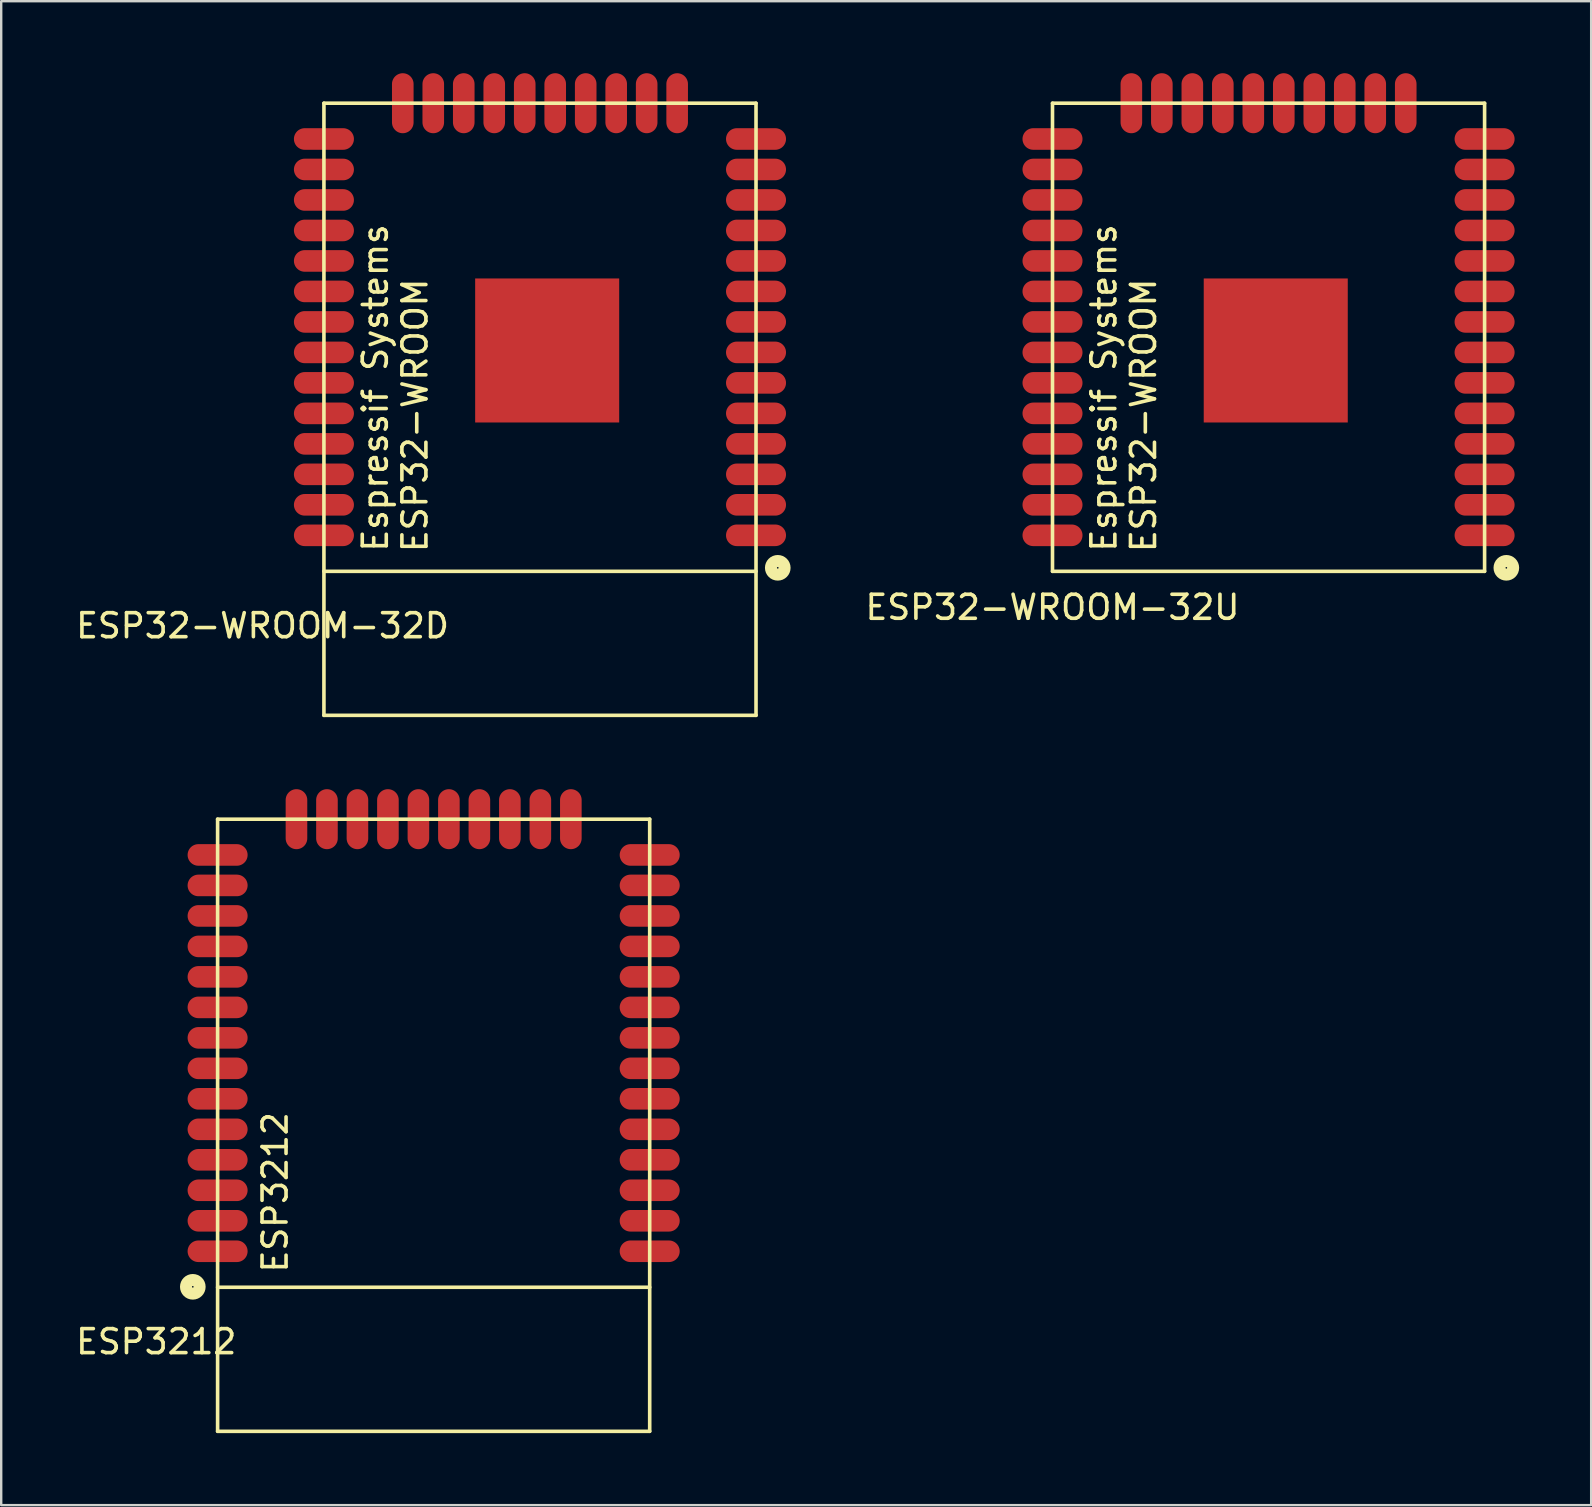
<source format=kicad_pcb>
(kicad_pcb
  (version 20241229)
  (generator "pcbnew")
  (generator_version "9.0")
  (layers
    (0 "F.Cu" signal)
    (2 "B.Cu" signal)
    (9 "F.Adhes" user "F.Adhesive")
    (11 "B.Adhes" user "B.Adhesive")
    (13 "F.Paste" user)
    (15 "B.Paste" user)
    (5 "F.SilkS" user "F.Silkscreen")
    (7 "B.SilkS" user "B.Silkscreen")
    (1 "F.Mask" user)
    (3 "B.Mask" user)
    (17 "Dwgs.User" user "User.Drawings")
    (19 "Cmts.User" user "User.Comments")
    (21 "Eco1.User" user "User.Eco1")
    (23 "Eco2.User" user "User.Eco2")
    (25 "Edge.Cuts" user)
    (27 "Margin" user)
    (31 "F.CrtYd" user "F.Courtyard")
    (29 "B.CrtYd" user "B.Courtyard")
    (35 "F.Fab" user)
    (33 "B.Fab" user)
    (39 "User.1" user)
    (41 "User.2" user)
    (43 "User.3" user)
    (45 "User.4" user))
  (footprint "ESP32-WROOM-32D"
    (layer "F.Cu")
    (at 19.444 14)
    (property "Reference" "ESP32-WROOM-32D" (at -11.557 9.017 0) (layer "F.SilkS") (effects (font (size 1 1) (thickness 0.15))))
    (attr through_hole)
    (fp_line (start -9 -12.75) (end 9 -12.75) (stroke (width 0.15) (type solid)) (layer "F.SilkS"))
    (fp_line (start -9 6.75) (end 9 6.75) (stroke (width 0.15) (type solid)) (layer "F.SilkS"))
    (fp_line (start -9 12.75) (end -9 -12.75) (stroke (width 0.15) (type solid)) (layer "F.SilkS"))
    (fp_line (start -9 12.75) (end 9 12.75) (stroke (width 0.15) (type solid)) (layer "F.SilkS"))
    (fp_line (start 9 12.75) (end 9 -12.75) (stroke (width 0.15) (type solid)) (layer "F.SilkS"))
    (fp_circle (center 9.906 6.604) (end 10.033 6.858) (stroke (width 0.5) (type solid)) (fill no) (layer "F.SilkS"))
    (fp_text user "Espressif Systems" (at -6.858 -0.889 90) (layer "F.SilkS") (effects (font (size 1 1) (thickness 0.15))))
    (fp_text user "ESP32-WROOM" (at -5.207 0.254 90) (layer "F.SilkS") (effects (font (size 1 1) (thickness 0.15))))
    (pad "1" smd oval (at 9 5.25) (size 2.5 0.9) (layers "F.Cu" "F.Mask" "F.Paste"))
    (pad "2" smd oval (at 9 3.98) (size 2.5 0.9) (layers "F.Cu" "F.Mask" "F.Paste"))
    (pad "3" smd oval (at 9 2.71) (size 2.5 0.9) (layers "F.Cu" "F.Mask" "F.Paste"))
    (pad "4" smd oval (at 9 1.44) (size 2.5 0.9) (layers "F.Cu" "F.Mask" "F.Paste"))
    (pad "5" smd oval (at 9 0.17) (size 2.5 0.9) (layers "F.Cu" "F.Mask" "F.Paste"))
    (pad "6" smd oval (at 9 -1.1) (size 2.5 0.9) (layers "F.Cu" "F.Mask" "F.Paste"))
    (pad "7" smd oval (at 9 -2.37) (size 2.5 0.9) (layers "F.Cu" "F.Mask" "F.Paste"))
    (pad "8" smd oval (at 9 -3.64) (size 2.5 0.9) (layers "F.Cu" "F.Mask" "F.Paste"))
    (pad "9" smd oval (at 9 -4.91) (size 2.5 0.9) (layers "F.Cu" "F.Mask" "F.Paste"))
    (pad "10" smd oval (at 9 -6.18) (size 2.5 0.9) (layers "F.Cu" "F.Mask" "F.Paste"))
    (pad "11" smd oval (at 9 -7.45) (size 2.5 0.9) (layers "F.Cu" "F.Mask" "F.Paste"))
    (pad "12" smd oval (at 9 -8.72) (size 2.5 0.9) (layers "F.Cu" "F.Mask" "F.Paste"))
    (pad "13" smd oval (at 9 -9.99) (size 2.5 0.9) (layers "F.Cu" "F.Mask" "F.Paste"))
    (pad "14" smd oval (at 9 -11.26) (size 2.5 0.9) (layers "F.Cu" "F.Mask" "F.Paste"))
    (pad "15" smd oval (at 5.715 -12.75) (size 0.9 2.5) (layers "F.Cu" "F.Mask" "F.Paste"))
    (pad "16" smd oval (at 4.445 -12.75) (size 0.9 2.5) (layers "F.Cu" "F.Mask" "F.Paste"))
    (pad "17" smd oval (at 3.175 -12.75) (size 0.9 2.5) (layers "F.Cu" "F.Mask" "F.Paste"))
    (pad "18" smd oval (at 1.905 -12.75) (size 0.9 2.5) (layers "F.Cu" "F.Mask" "F.Paste"))
    (pad "19" smd oval (at 0.635 -12.75) (size 0.9 2.5) (layers "F.Cu" "F.Mask" "F.Paste"))
    (pad "20" smd oval (at -0.635 -12.75) (size 0.9 2.5) (layers "F.Cu" "F.Mask" "F.Paste"))
    (pad "21" smd oval (at -1.905 -12.75) (size 0.9 2.5) (layers "F.Cu" "F.Mask" "F.Paste"))
    (pad "22" smd oval (at -3.175 -12.75) (size 0.9 2.5) (layers "F.Cu" "F.Mask" "F.Paste"))
    (pad "23" smd oval (at -4.445 -12.75) (size 0.9 2.5) (layers "F.Cu" "F.Mask" "F.Paste"))
    (pad "24" smd oval (at -5.715 -12.75) (size 0.9 2.5) (layers "F.Cu" "F.Mask" "F.Paste"))
    (pad "25" smd oval (at -9 -11.26) (size 2.5 0.9) (layers "F.Cu" "F.Mask" "F.Paste"))
    (pad "26" smd oval (at -9 -9.99) (size 2.5 0.9) (layers "F.Cu" "F.Mask" "F.Paste"))
    (pad "27" smd oval (at -9 -8.72) (size 2.5 0.9) (layers "F.Cu" "F.Mask" "F.Paste"))
    (pad "28" smd oval (at -9 -7.45) (size 2.5 0.9) (layers "F.Cu" "F.Mask" "F.Paste"))
    (pad "29" smd oval (at -9 -6.18) (size 2.5 0.9) (layers "F.Cu" "F.Mask" "F.Paste"))
    (pad "30" smd oval (at -9 -4.91) (size 2.5 0.9) (layers "F.Cu" "F.Mask" "F.Paste"))
    (pad "31" smd oval (at -9 -3.64) (size 2.5 0.9) (layers "F.Cu" "F.Mask" "F.Paste"))
    (pad "32" smd oval (at -9 -2.37) (size 2.5 0.9) (layers "F.Cu" "F.Mask" "F.Paste"))
    (pad "33" smd oval (at -9 -1.1) (size 2.5 0.9) (layers "F.Cu" "F.Mask" "F.Paste"))
    (pad "34" smd oval (at -9 0.17) (size 2.5 0.9) (layers "F.Cu" "F.Mask" "F.Paste"))
    (pad "35" smd oval (at -9 1.44) (size 2.5 0.9) (layers "F.Cu" "F.Mask" "F.Paste"))
    (pad "36" smd oval (at -9 2.71) (size 2.5 0.9) (layers "F.Cu" "F.Mask" "F.Paste"))
    (pad "37" smd oval (at -9 3.98) (size 2.5 0.9) (layers "F.Cu" "F.Mask" "F.Paste"))
    (pad "38" smd oval (at -9 5.25) (size 2.5 0.9) (layers "F.Cu" "F.Mask" "F.Paste"))
    (pad "39" smd rect (at 0.3 -2.45) (size 6 6) (layers "F.Cu" "F.Mask" "F.Paste")))
  (footprint "ESP3212"
    (layer "F.Cu")
    (at 15.015 43.825)
    (property "Reference" "ESP3212" (at -11.557 9.017 0) (layer "F.SilkS") (effects (font (size 1 1) (thickness 0.15))))
    (attr through_hole)
    (fp_line (start -9 -12.75) (end 9 -12.75) (stroke (width 0.15) (type solid)) (layer "F.SilkS"))
    (fp_line (start -9 6.75) (end 9 6.75) (stroke (width 0.15) (type solid)) (layer "F.SilkS"))
    (fp_line (start -9 12.75) (end -9 -12.75) (stroke (width 0.15) (type solid)) (layer "F.SilkS"))
    (fp_line (start -9 12.75) (end 9 12.75) (stroke (width 0.15) (type solid)) (layer "F.SilkS"))
    (fp_line (start 9 12.75) (end 9 -12.75) (stroke (width 0.15) (type solid)) (layer "F.SilkS"))
    (fp_circle (center -10.033 6.731) (end -9.906 6.985) (stroke (width 0.5) (type solid)) (fill no) (layer "F.SilkS"))
    (fp_text user "ESP3212" (at -6.604 2.794 90) (layer "F.SilkS") (effects (font (size 1 1) (thickness 0.15))))
    (pad "1" smd oval (at -9 5.25) (size 2.5 0.9) (layers "F.Cu" "F.Mask" "F.Paste"))
    (pad "2" smd oval (at -9 3.98) (size 2.5 0.9) (layers "F.Cu" "F.Mask" "F.Paste"))
    (pad "3" smd oval (at -9 2.71) (size 2.5 0.9) (layers "F.Cu" "F.Mask" "F.Paste"))
    (pad "4" smd oval (at -9 1.44) (size 2.5 0.9) (layers "F.Cu" "F.Mask" "F.Paste"))
    (pad "5" smd oval (at -9 0.17) (size 2.5 0.9) (layers "F.Cu" "F.Mask" "F.Paste"))
    (pad "6" smd oval (at -9 -1.1) (size 2.5 0.9) (layers "F.Cu" "F.Mask" "F.Paste"))
    (pad "7" smd oval (at -9 -2.37) (size 2.5 0.9) (layers "F.Cu" "F.Mask" "F.Paste"))
    (pad "8" smd oval (at -9 -3.64) (size 2.5 0.9) (layers "F.Cu" "F.Mask" "F.Paste"))
    (pad "9" smd oval (at -9 -4.91) (size 2.5 0.9) (layers "F.Cu" "F.Mask" "F.Paste"))
    (pad "10" smd oval (at -9 -6.18) (size 2.5 0.9) (layers "F.Cu" "F.Mask" "F.Paste"))
    (pad "11" smd oval (at -9 -7.45) (size 2.5 0.9) (layers "F.Cu" "F.Mask" "F.Paste"))
    (pad "12" smd oval (at -9 -8.72) (size 2.5 0.9) (layers "F.Cu" "F.Mask" "F.Paste"))
    (pad "13" smd oval (at -9 -9.99) (size 2.5 0.9) (layers "F.Cu" "F.Mask" "F.Paste"))
    (pad "14" smd oval (at -9 -11.26) (size 2.5 0.9) (layers "F.Cu" "F.Mask" "F.Paste"))
    (pad "15" smd oval (at -5.715 -12.75) (size 0.9 2.5) (layers "F.Cu" "F.Mask" "F.Paste"))
    (pad "16" smd oval (at -4.445 -12.75) (size 0.9 2.5) (layers "F.Cu" "F.Mask" "F.Paste"))
    (pad "17" smd oval (at -3.175 -12.75) (size 0.9 2.5) (layers "F.Cu" "F.Mask" "F.Paste"))
    (pad "18" smd oval (at -1.905 -12.75) (size 0.9 2.5) (layers "F.Cu" "F.Mask" "F.Paste"))
    (pad "19" smd oval (at -0.635 -12.75) (size 0.9 2.5) (layers "F.Cu" "F.Mask" "F.Paste"))
    (pad "20" smd oval (at 0.635 -12.75) (size 0.9 2.5) (layers "F.Cu" "F.Mask" "F.Paste"))
    (pad "21" smd oval (at 1.905 -12.75) (size 0.9 2.5) (layers "F.Cu" "F.Mask" "F.Paste"))
    (pad "22" smd oval (at 3.175 -12.75) (size 0.9 2.5) (layers "F.Cu" "F.Mask" "F.Paste"))
    (pad "23" smd oval (at 4.445 -12.75) (size 0.9 2.5) (layers "F.Cu" "F.Mask" "F.Paste"))
    (pad "24" smd oval (at 5.715 -12.75) (size 0.9 2.5) (layers "F.Cu" "F.Mask" "F.Paste"))
    (pad "25" smd oval (at 9 -11.26) (size 2.5 0.9) (layers "F.Cu" "F.Mask" "F.Paste"))
    (pad "26" smd oval (at 9 -9.99) (size 2.5 0.9) (layers "F.Cu" "F.Mask" "F.Paste"))
    (pad "27" smd oval (at 9 -8.72) (size 2.5 0.9) (layers "F.Cu" "F.Mask" "F.Paste"))
    (pad "28" smd oval (at 9 -7.45) (size 2.5 0.9) (layers "F.Cu" "F.Mask" "F.Paste"))
    (pad "29" smd oval (at 9 -6.18) (size 2.5 0.9) (layers "F.Cu" "F.Mask" "F.Paste"))
    (pad "30" smd oval (at 9 -4.91) (size 2.5 0.9) (layers "F.Cu" "F.Mask" "F.Paste"))
    (pad "31" smd oval (at 9 -3.64) (size 2.5 0.9) (layers "F.Cu" "F.Mask" "F.Paste"))
    (pad "32" smd oval (at 9 -2.37) (size 2.5 0.9) (layers "F.Cu" "F.Mask" "F.Paste"))
    (pad "33" smd oval (at 9 -1.1) (size 2.5 0.9) (layers "F.Cu" "F.Mask" "F.Paste"))
    (pad "34" smd oval (at 9 0.17) (size 2.5 0.9) (layers "F.Cu" "F.Mask" "F.Paste"))
    (pad "35" smd oval (at 9 1.44) (size 2.5 0.9) (layers "F.Cu" "F.Mask" "F.Paste"))
    (pad "36" smd oval (at 9 2.71) (size 2.5 0.9) (layers "F.Cu" "F.Mask" "F.Paste"))
    (pad "37" smd oval (at 9 3.98) (size 2.5 0.9) (layers "F.Cu" "F.Mask" "F.Paste"))
    (pad "38" smd oval (at 9 5.25) (size 2.5 0.9) (layers "F.Cu" "F.Mask" "F.Paste")))
  (footprint "ESP32-WROOM-32U"
    (layer "F.Cu")
    (at 49.795 14)
    (property "Reference" "ESP32-WROOM-32U" (at -9 8.25 0) (layer "F.SilkS") (effects (font (size 1 1) (thickness 0.15))))
    (attr through_hole)
    (fp_line (start -9 -12.75) (end 9 -12.75) (stroke (width 0.15) (type solid)) (layer "F.SilkS"))
    (fp_line (start -9 6.75) (end -9 -12.75) (stroke (width 0.15) (type solid)) (layer "F.SilkS"))
    (fp_line (start -9 6.75) (end 9 6.75) (stroke (width 0.15) (type solid)) (layer "F.SilkS"))
    (fp_line (start 9 -12.75) (end 9 6.75) (stroke (width 0.15) (type solid)) (layer "F.SilkS"))
    (fp_circle (center 9.906 6.604) (end 10.033 6.858) (stroke (width 0.5) (type solid)) (fill no) (layer "F.SilkS"))
    (fp_text user "ESP32-WROOM" (at -5.207 0.254 90) (layer "F.SilkS") (effects (font (size 1 1) (thickness 0.15))))
    (fp_text user "Espressif Systems" (at -6.858 -0.889 90) (layer "F.SilkS") (effects (font (size 1 1) (thickness 0.15))))
    (pad "1" smd oval (at 9 5.25) (size 2.5 0.9) (layers "F.Cu" "F.Mask" "F.Paste"))
    (pad "2" smd oval (at 9 3.98) (size 2.5 0.9) (layers "F.Cu" "F.Mask" "F.Paste"))
    (pad "3" smd oval (at 9 2.71) (size 2.5 0.9) (layers "F.Cu" "F.Mask" "F.Paste"))
    (pad "4" smd oval (at 9 1.44) (size 2.5 0.9) (layers "F.Cu" "F.Mask" "F.Paste"))
    (pad "5" smd oval (at 9 0.17) (size 2.5 0.9) (layers "F.Cu" "F.Mask" "F.Paste"))
    (pad "6" smd oval (at 9 -1.1) (size 2.5 0.9) (layers "F.Cu" "F.Mask" "F.Paste"))
    (pad "7" smd oval (at 9 -2.37) (size 2.5 0.9) (layers "F.Cu" "F.Mask" "F.Paste"))
    (pad "8" smd oval (at 9 -3.64) (size 2.5 0.9) (layers "F.Cu" "F.Mask" "F.Paste"))
    (pad "9" smd oval (at 9 -4.91) (size 2.5 0.9) (layers "F.Cu" "F.Mask" "F.Paste"))
    (pad "10" smd oval (at 9 -6.18) (size 2.5 0.9) (layers "F.Cu" "F.Mask" "F.Paste"))
    (pad "11" smd oval (at 9 -7.45) (size 2.5 0.9) (layers "F.Cu" "F.Mask" "F.Paste"))
    (pad "12" smd oval (at 9 -8.72) (size 2.5 0.9) (layers "F.Cu" "F.Mask" "F.Paste"))
    (pad "13" smd oval (at 9 -9.99) (size 2.5 0.9) (layers "F.Cu" "F.Mask" "F.Paste"))
    (pad "14" smd oval (at 9 -11.26) (size 2.5 0.9) (layers "F.Cu" "F.Mask" "F.Paste"))
    (pad "15" smd oval (at 5.715 -12.75) (size 0.9 2.5) (layers "F.Cu" "F.Mask" "F.Paste"))
    (pad "16" smd oval (at 4.445 -12.75) (size 0.9 2.5) (layers "F.Cu" "F.Mask" "F.Paste"))
    (pad "17" smd oval (at 3.175 -12.75) (size 0.9 2.5) (layers "F.Cu" "F.Mask" "F.Paste"))
    (pad "18" smd oval (at 1.905 -12.75) (size 0.9 2.5) (layers "F.Cu" "F.Mask" "F.Paste"))
    (pad "19" smd oval (at 0.635 -12.75) (size 0.9 2.5) (layers "F.Cu" "F.Mask" "F.Paste"))
    (pad "20" smd oval (at -0.635 -12.75) (size 0.9 2.5) (layers "F.Cu" "F.Mask" "F.Paste"))
    (pad "21" smd oval (at -1.905 -12.75) (size 0.9 2.5) (layers "F.Cu" "F.Mask" "F.Paste"))
    (pad "22" smd oval (at -3.175 -12.75) (size 0.9 2.5) (layers "F.Cu" "F.Mask" "F.Paste"))
    (pad "23" smd oval (at -4.445 -12.75) (size 0.9 2.5) (layers "F.Cu" "F.Mask" "F.Paste"))
    (pad "24" smd oval (at -5.715 -12.75) (size 0.9 2.5) (layers "F.Cu" "F.Mask" "F.Paste"))
    (pad "25" smd oval (at -9 -11.26) (size 2.5 0.9) (layers "F.Cu" "F.Mask" "F.Paste"))
    (pad "26" smd oval (at -9 -9.99) (size 2.5 0.9) (layers "F.Cu" "F.Mask" "F.Paste"))
    (pad "27" smd oval (at -9 -8.72) (size 2.5 0.9) (layers "F.Cu" "F.Mask" "F.Paste"))
    (pad "28" smd oval (at -9 -7.45) (size 2.5 0.9) (layers "F.Cu" "F.Mask" "F.Paste"))
    (pad "29" smd oval (at -9 -6.18) (size 2.5 0.9) (layers "F.Cu" "F.Mask" "F.Paste"))
    (pad "30" smd oval (at -9 -4.91) (size 2.5 0.9) (layers "F.Cu" "F.Mask" "F.Paste"))
    (pad "31" smd oval (at -9 -3.64) (size 2.5 0.9) (layers "F.Cu" "F.Mask" "F.Paste"))
    (pad "32" smd oval (at -9 -2.37) (size 2.5 0.9) (layers "F.Cu" "F.Mask" "F.Paste"))
    (pad "33" smd oval (at -9 -1.1) (size 2.5 0.9) (layers "F.Cu" "F.Mask" "F.Paste"))
    (pad "34" smd oval (at -9 0.17) (size 2.5 0.9) (layers "F.Cu" "F.Mask" "F.Paste"))
    (pad "35" smd oval (at -9 1.44) (size 2.5 0.9) (layers "F.Cu" "F.Mask" "F.Paste"))
    (pad "36" smd oval (at -9 2.71) (size 2.5 0.9) (layers "F.Cu" "F.Mask" "F.Paste"))
    (pad "37" smd oval (at -9 3.98) (size 2.5 0.9) (layers "F.Cu" "F.Mask" "F.Paste"))
    (pad "38" smd oval (at -9 5.25) (size 2.5 0.9) (layers "F.Cu" "F.Mask" "F.Paste"))
    (pad "39" smd rect (at 0.3 -2.45) (size 6 6) (layers "F.Cu" "F.Mask" "F.Paste")))
  (gr_rect
    (start -3 -3)
    (end 63.235 59.65)
    (stroke (width 0.1) (type default))
    (fill no)
    (layer "Edge.Cuts")))
</source>
